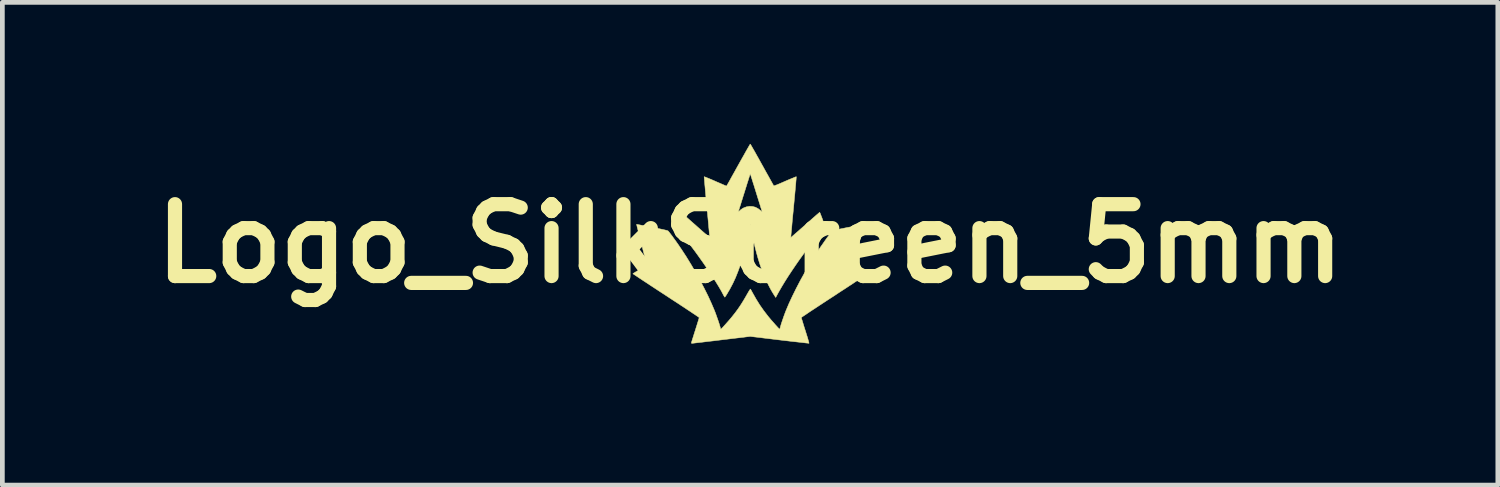
<source format=kicad_pcb>
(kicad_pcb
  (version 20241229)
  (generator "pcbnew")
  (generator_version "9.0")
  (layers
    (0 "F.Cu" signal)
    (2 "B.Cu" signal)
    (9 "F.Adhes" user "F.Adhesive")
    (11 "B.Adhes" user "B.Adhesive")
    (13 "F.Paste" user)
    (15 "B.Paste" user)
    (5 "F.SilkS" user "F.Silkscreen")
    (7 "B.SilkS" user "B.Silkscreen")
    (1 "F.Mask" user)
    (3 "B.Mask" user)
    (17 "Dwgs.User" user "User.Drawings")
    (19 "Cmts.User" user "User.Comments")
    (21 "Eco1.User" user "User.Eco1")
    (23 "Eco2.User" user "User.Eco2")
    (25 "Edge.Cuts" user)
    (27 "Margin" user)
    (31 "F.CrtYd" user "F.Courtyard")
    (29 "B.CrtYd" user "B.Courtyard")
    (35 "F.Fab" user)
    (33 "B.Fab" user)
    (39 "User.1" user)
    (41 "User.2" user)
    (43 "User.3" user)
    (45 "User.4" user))
  (footprint "Logo_SilkScreen_5mm"
    (layer "F.Cu")
    (at 12.852 2.113)
    (property "Reference" "Logo_SilkScreen_5mm" (at 0 0 0) (layer "F.SilkS") (effects (font (size 1.524 1.524) (thickness 0.3))))
    (attr through_hole)
    (fp_poly (pts (xy 0.008 -2.102) (xy 0.019 -2.085) (xy 0.035 -2.058) (xy 0.056 -2.021) (xy 0.082 -1.976) (xy 0.112 -1.923) (xy 0.145 -1.864) (xy 0.181 -1.8) (xy 0.219 -1.731) (xy 0.252 -1.672) (xy 0.292 -1.6) (xy 0.33 -1.531) (xy 0.366 -1.467) (xy 0.399 -1.408) (xy 0.428 -1.356) (xy 0.453 -1.311) (xy 0.473 -1.275) (xy 0.488 -1.248) (xy 0.497 -1.231) (xy 0.5 -1.226) (xy 0.505 -1.224) (xy 0.514 -1.226) (xy 0.531 -1.231) (xy 0.555 -1.24) (xy 0.588 -1.253) (xy 0.631 -1.271) (xy 0.684 -1.294) (xy 0.741 -1.319) (xy 0.794 -1.342) (xy 0.844 -1.363) (xy 0.888 -1.381) (xy 0.925 -1.396) (xy 0.953 -1.408) (xy 0.972 -1.415) (xy 0.98 -1.417) (xy 0.98 -1.416) (xy 0.98 -1.409) (xy 0.978 -1.389) (xy 0.976 -1.357) (xy 0.972 -1.313) (xy 0.968 -1.26) (xy 0.962 -1.198) (xy 0.956 -1.128) (xy 0.949 -1.051) (xy 0.941 -0.968) (xy 0.933 -0.88) (xy 0.924 -0.787) (xy 0.923 -0.772) (xy 0.914 -0.679) (xy 0.905 -0.59) (xy 0.897 -0.506) (xy 0.89 -0.428) (xy 0.884 -0.357) (xy 0.878 -0.293) (xy 0.873 -0.239) (xy 0.869 -0.194) (xy 0.866 -0.16) (xy 0.864 -0.138) (xy 0.864 -0.129) (xy 0.864 -0.129) (xy 0.87 -0.133) (xy 0.885 -0.145) (xy 0.908 -0.165) (xy 0.939 -0.192) (xy 0.977 -0.225) (xy 1.021 -0.263) (xy 1.069 -0.306) (xy 1.122 -0.352) (xy 1.168 -0.393) (xy 1.223 -0.442) (xy 1.275 -0.488) (xy 1.323 -0.531) (xy 1.366 -0.568) (xy 1.403 -0.601) (xy 1.434 -0.627) (xy 1.456 -0.646) (xy 1.47 -0.658) (xy 1.475 -0.661) (xy 1.477 -0.66) (xy 1.48 -0.654) (xy 1.485 -0.644) (xy 1.492 -0.627) (xy 1.501 -0.603) (xy 1.514 -0.57) (xy 1.53 -0.528) (xy 1.549 -0.475) (xy 1.572 -0.413) (xy 1.592 -0.357) (xy 1.533 -0.289) (xy 1.457 -0.198) (xy 1.376 -0.099) (xy 1.294 0.007) (xy 1.209 0.118) (xy 1.124 0.234) (xy 1.04 0.351) (xy 0.958 0.469) (xy 0.879 0.586) (xy 0.804 0.7) (xy 0.735 0.809) (xy 0.672 0.913) (xy 0.616 1.01) (xy 0.582 1.071) (xy 0.544 1.143) (xy 0.521 1.109) (xy 0.478 1.041) (xy 0.432 0.961) (xy 0.387 0.873) (xy 0.341 0.777) (xy 0.298 0.678) (xy 0.257 0.576) (xy 0.22 0.475) (xy 0.202 0.421) (xy 0.169 0.314) (xy 0.136 0.196) (xy 0.104 0.072) (xy 0.074 -0.057) (xy 0.046 -0.186) (xy 0.024 -0.297) (xy 0.004 -0.402) (xy -0.032 -0.224) (xy -0.071 -0.038) (xy -0.113 0.135) (xy -0.157 0.297) (xy -0.204 0.448) (xy -0.255 0.589) (xy -0.308 0.722) (xy -0.366 0.847) (xy -0.429 0.966) (xy -0.49 1.07) (xy -0.506 1.096) (xy -0.521 1.118) (xy -0.531 1.132) (xy -0.535 1.137) (xy -0.54 1.133) (xy -0.549 1.118) (xy -0.562 1.097) (xy -0.569 1.083) (xy -0.609 1.007) (xy -0.658 0.923) (xy -0.714 0.831) (xy -0.776 0.733) (xy -0.843 0.63) (xy -0.915 0.523) (xy -0.989 0.415) (xy -1.066 0.306) (xy -1.144 0.197) (xy -1.223 0.091) (xy -1.301 -0.011) (xy -1.377 -0.108) (xy -1.45 -0.199) (xy -1.52 -0.281) (xy -1.526 -0.289) (xy -1.585 -0.357) (xy -1.565 -0.413) (xy -1.541 -0.478) (xy -1.522 -0.53) (xy -1.506 -0.572) (xy -1.494 -0.604) (xy -1.485 -0.628) (xy -1.478 -0.644) (xy -1.473 -0.654) (xy -1.47 -0.66) (xy -1.468 -0.661) (xy -1.462 -0.657) (xy -1.446 -0.644) (xy -1.422 -0.623) (xy -1.391 -0.596) (xy -1.352 -0.562) (xy -1.308 -0.524) (xy -1.26 -0.481) (xy -1.207 -0.434) (xy -1.161 -0.394) (xy -1.106 -0.345) (xy -1.054 -0.299) (xy -1.007 -0.257) (xy -0.964 -0.22) (xy -0.927 -0.188) (xy -0.897 -0.162) (xy -0.875 -0.143) (xy -0.861 -0.132) (xy -0.857 -0.129) (xy -0.857 -0.136) (xy -0.859 -0.156) (xy -0.861 -0.188) (xy -0.865 -0.231) (xy -0.87 -0.284) (xy -0.876 -0.346) (xy -0.882 -0.416) (xy -0.889 -0.493) (xy -0.897 -0.576) (xy -0.905 -0.664) (xy -0.906 -0.675) (xy -0.249 -0.675) (xy -0.247 -0.674) (xy -0.237 -0.682) (xy -0.221 -0.696) (xy -0.219 -0.698) (xy -0.194 -0.719) (xy -0.164 -0.74) (xy -0.136 -0.756) (xy -0.074 -0.779) (xy -0.011 -0.789) (xy 0.052 -0.786) (xy 0.113 -0.77) (xy 0.17 -0.74) (xy 0.22 -0.701) (xy 0.238 -0.686) (xy 0.251 -0.676) (xy 0.256 -0.674) (xy 0.256 -0.675) (xy 0.253 -0.683) (xy 0.247 -0.704) (xy 0.237 -0.735) (xy 0.224 -0.776) (xy 0.209 -0.826) (xy 0.191 -0.883) (xy 0.171 -0.946) (xy 0.15 -1.014) (xy 0.129 -1.082) (xy 0.107 -1.153) (xy 0.086 -1.221) (xy 0.066 -1.283) (xy 0.049 -1.338) (xy 0.034 -1.386) (xy 0.021 -1.426) (xy 0.012 -1.455) (xy 0.006 -1.474) (xy 0.004 -1.48) (xy 0.002 -1.474) (xy -0.004 -1.456) (xy -0.014 -1.426) (xy -0.026 -1.387) (xy -0.041 -1.339) (xy -0.059 -1.284) (xy -0.078 -1.222) (xy -0.099 -1.155) (xy -0.121 -1.084) (xy -0.144 -1.012) (xy -0.165 -0.944) (xy -0.185 -0.881) (xy -0.202 -0.824) (xy -0.218 -0.775) (xy -0.231 -0.734) (xy -0.24 -0.703) (xy -0.247 -0.683) (xy -0.249 -0.675) (xy -0.906 -0.675) (xy -0.914 -0.756) (xy -0.916 -0.772) (xy -0.925 -0.865) (xy -0.933 -0.954) (xy -0.941 -1.038) (xy -0.948 -1.116) (xy -0.954 -1.187) (xy -0.96 -1.251) (xy -0.965 -1.306) (xy -0.968 -1.35) (xy -0.971 -1.384) (xy -0.973 -1.407) (xy -0.973 -1.416) (xy -0.973 -1.417) (xy -0.966 -1.415) (xy -0.947 -1.408) (xy -0.919 -1.397) (xy -0.882 -1.382) (xy -0.838 -1.364) (xy -0.789 -1.343) (xy -0.736 -1.32) (xy -0.735 -1.319) (xy -0.682 -1.296) (xy -0.632 -1.275) (xy -0.589 -1.256) (xy -0.552 -1.24) (xy -0.524 -1.228) (xy -0.506 -1.221) (xy -0.499 -1.218) (xy -0.499 -1.218) (xy -0.495 -1.224) (xy -0.486 -1.241) (xy -0.47 -1.268) (xy -0.449 -1.305) (xy -0.424 -1.35) (xy -0.395 -1.403) (xy -0.362 -1.462) (xy -0.326 -1.526) (xy -0.288 -1.595) (xy -0.25 -1.663) (xy -0.21 -1.735) (xy -0.171 -1.804) (xy -0.135 -1.868) (xy -0.102 -1.927) (xy -0.073 -1.979) (xy -0.047 -2.024) (xy -0.026 -2.06) (xy -0.011 -2.087) (xy -0.000415 -2.103) (xy 0.003 -2.108) (xy 0.008 -2.102)) (stroke (width 0.01) (type solid)) (fill yes) (layer "F.SilkS"))
    (fp_poly (pts (xy -2.399 -0.406) (xy -2.38 -0.403) (xy -2.35 -0.397) (xy -2.31 -0.389) (xy -2.261 -0.38) (xy -2.206 -0.369) (xy -2.145 -0.358) (xy -2.08 -0.345) (xy -2.079 -0.345) (xy -1.998 -0.329) (xy -1.931 -0.315) (xy -1.875 -0.303) (xy -1.83 -0.293) (xy -1.795 -0.285) (xy -1.769 -0.279) (xy -1.752 -0.273) (xy -1.741 -0.269) (xy -1.739 -0.267) (xy -1.726 -0.254) (xy -1.707 -0.23) (xy -1.683 -0.198) (xy -1.653 -0.16) (xy -1.621 -0.115) (xy -1.586 -0.067) (xy -1.55 -0.016) (xy -1.514 0.035) (xy -1.48 0.086) (xy -1.458 0.118) (xy -1.354 0.277) (xy -1.253 0.442) (xy -1.155 0.609) (xy -1.062 0.778) (xy -0.974 0.946) (xy -0.892 1.11) (xy -0.819 1.27) (xy -0.755 1.42) (xy -0.739 1.461) (xy -0.722 1.507) (xy -0.704 1.558) (xy -0.686 1.609) (xy -0.669 1.658) (xy -0.654 1.704) (xy -0.642 1.744) (xy -0.633 1.774) (xy -0.63 1.79) (xy -0.625 1.807) (xy -0.621 1.816) (xy -0.62 1.816) (xy -0.613 1.811) (xy -0.599 1.797) (xy -0.578 1.776) (xy -0.553 1.748) (xy -0.524 1.716) (xy -0.493 1.681) (xy -0.461 1.645) (xy -0.43 1.609) (xy -0.401 1.575) (xy -0.38 1.549) (xy -0.315 1.467) (xy -0.255 1.386) (xy -0.199 1.303) (xy -0.143 1.214) (xy -0.086 1.117) (xy -0.059 1.069) (xy -0.039 1.035) (xy -0.022 1.005) (xy -0.007 0.983) (xy 0.003 0.969) (xy 0.007 0.965) (xy 0.013 0.973) (xy 0.023 0.991) (xy 0.037 1.016) (xy 0.052 1.044) (xy 0.129 1.18) (xy 0.207 1.305) (xy 0.289 1.422) (xy 0.376 1.535) (xy 0.386 1.548) (xy 0.413 1.58) (xy 0.442 1.615) (xy 0.474 1.651) (xy 0.506 1.687) (xy 0.536 1.722) (xy 0.565 1.753) (xy 0.589 1.78) (xy 0.609 1.8) (xy 0.622 1.813) (xy 0.627 1.816) (xy 0.631 1.81) (xy 0.636 1.795) (xy 0.637 1.79) (xy 0.642 1.768) (xy 0.652 1.735) (xy 0.664 1.694) (xy 0.68 1.647) (xy 0.697 1.597) (xy 0.715 1.545) (xy 0.733 1.496) (xy 0.75 1.45) (xy 0.762 1.42) (xy 0.825 1.271) (xy 0.898 1.114) (xy 0.978 0.952) (xy 1.064 0.787) (xy 1.156 0.621) (xy 1.252 0.456) (xy 1.351 0.294) (xy 1.452 0.138) (xy 1.464 0.119) (xy 1.497 0.07) (xy 1.533 0.019) (xy 1.569 -0.033) (xy 1.604 -0.083) (xy 1.638 -0.13) (xy 1.67 -0.172) (xy 1.698 -0.209) (xy 1.721 -0.238) (xy 1.738 -0.259) (xy 1.746 -0.267) (xy 1.753 -0.271) (xy 1.768 -0.276) (xy 1.791 -0.282) (xy 1.824 -0.29) (xy 1.866 -0.299) (xy 1.92 -0.311) (xy 1.985 -0.324) (xy 2.063 -0.34) (xy 2.086 -0.344) (xy 2.151 -0.357) (xy 2.212 -0.369) (xy 2.267 -0.38) (xy 2.316 -0.389) (xy 2.356 -0.397) (xy 2.386 -0.402) (xy 2.406 -0.406) (xy 2.413 -0.407) (xy 2.413 -0.407) (xy 2.412 -0.4) (xy 2.407 -0.381) (xy 2.4 -0.352) (xy 2.39 -0.313) (xy 2.379 -0.266) (xy 2.365 -0.213) (xy 2.351 -0.154) (xy 2.335 -0.092) (xy 2.318 -0.027) (xy 2.302 0.039) (xy 2.285 0.105) (xy 2.269 0.169) (xy 2.253 0.23) (xy 2.239 0.286) (xy 2.226 0.336) (xy 2.214 0.38) (xy 2.205 0.415) (xy 2.199 0.439) (xy 2.195 0.453) (xy 2.195 0.453) (xy 2.197 0.459) (xy 2.205 0.467) (xy 2.221 0.478) (xy 2.246 0.494) (xy 2.28 0.514) (xy 2.326 0.541) (xy 2.341 0.549) (xy 2.383 0.573) (xy 2.42 0.594) (xy 2.45 0.613) (xy 2.474 0.627) (xy 2.488 0.636) (xy 2.491 0.639) (xy 2.486 0.644) (xy 2.469 0.655) (xy 2.442 0.674) (xy 2.406 0.698) (xy 2.36 0.728) (xy 2.307 0.763) (xy 2.246 0.803) (xy 2.179 0.848) (xy 2.105 0.896) (xy 2.027 0.948) (xy 1.943 1.002) (xy 1.856 1.059) (xy 1.789 1.104) (xy 1.699 1.162) (xy 1.613 1.218) (xy 1.531 1.272) (xy 1.453 1.323) (xy 1.381 1.371) (xy 1.315 1.414) (xy 1.256 1.453) (xy 1.205 1.488) (xy 1.162 1.517) (xy 1.127 1.54) (xy 1.103 1.556) (xy 1.089 1.566) (xy 1.086 1.569) (xy 1.088 1.577) (xy 1.093 1.597) (xy 1.103 1.627) (xy 1.115 1.666) (xy 1.129 1.713) (xy 1.145 1.765) (xy 1.163 1.822) (xy 1.17 1.843) (xy 1.188 1.901) (xy 1.205 1.955) (xy 1.22 2.003) (xy 1.232 2.045) (xy 1.241 2.078) (xy 1.247 2.101) (xy 1.25 2.112) (xy 1.25 2.114) (xy 1.242 2.114) (xy 1.222 2.112) (xy 1.19 2.109) (xy 1.147 2.104) (xy 1.094 2.098) (xy 1.032 2.091) (xy 0.963 2.083) (xy 0.886 2.075) (xy 0.804 2.065) (xy 0.716 2.055) (xy 0.625 2.044) (xy 0.624 2.044) (xy 0.003 1.969) (xy -0.605 2.042) (xy -0.695 2.053) (xy -0.783 2.064) (xy -0.865 2.073) (xy -0.941 2.082) (xy -1.011 2.091) (xy -1.073 2.098) (xy -1.126 2.104) (xy -1.169 2.109) (xy -1.202 2.113) (xy -1.222 2.115) (xy -1.229 2.116) (xy -1.242 2.113) (xy -1.246 2.11) (xy -1.244 2.102) (xy -1.238 2.083) (xy -1.229 2.053) (xy -1.217 2.014) (xy -1.202 1.968) (xy -1.186 1.915) (xy -1.168 1.859) (xy -1.162 1.841) (xy -1.144 1.783) (xy -1.127 1.729) (xy -1.112 1.68) (xy -1.099 1.639) (xy -1.089 1.606) (xy -1.082 1.583) (xy -1.079 1.571) (xy -1.079 1.57) (xy -1.084 1.565) (xy -1.101 1.553) (xy -1.128 1.535) (xy -1.164 1.51) (xy -1.21 1.48) (xy -1.263 1.444) (xy -1.324 1.404) (xy -1.391 1.359) (xy -1.465 1.311) (xy -1.543 1.259) (xy -1.627 1.205) (xy -1.714 1.148) (xy -1.782 1.103) (xy -1.871 1.045) (xy -1.957 0.989) (xy -2.039 0.935) (xy -2.117 0.884) (xy -2.189 0.836) (xy -2.255 0.793) (xy -2.314 0.754) (xy -2.365 0.72) (xy -2.408 0.691) (xy -2.443 0.668) (xy -2.467 0.652) (xy -2.481 0.642) (xy -2.484 0.639) (xy -2.479 0.635) (xy -2.462 0.624) (xy -2.437 0.609) (xy -2.405 0.59) (xy -2.367 0.568) (xy -2.335 0.549) (xy -2.286 0.521) (xy -2.248 0.499) (xy -2.22 0.482) (xy -2.202 0.47) (xy -2.192 0.461) (xy -2.188 0.455) (xy -2.188 0.453) (xy -2.192 0.441) (xy -2.198 0.417) (xy -2.207 0.383) (xy -2.218 0.34) (xy -2.231 0.29) (xy -2.245 0.234) (xy -2.261 0.173) (xy -2.277 0.109) (xy -2.293 0.044) (xy -2.31 -0.022) (xy -2.327 -0.087) (xy -2.342 -0.15) (xy -2.357 -0.209) (xy -2.371 -0.263) (xy -2.383 -0.31) (xy -2.393 -0.349) (xy -2.4 -0.38) (xy -2.405 -0.399) (xy -2.406 -0.407) (xy -2.406 -0.407) (xy -2.399 -0.406)) (stroke (width 0.01) (type solid)) (fill yes) (layer "F.SilkS")))
  (gr_rect
    (start -3 -3)
    (end 28.705 7.234)
    (stroke (width 0.1) (type default))
    (fill no)
    (layer "Edge.Cuts")))
</source>
